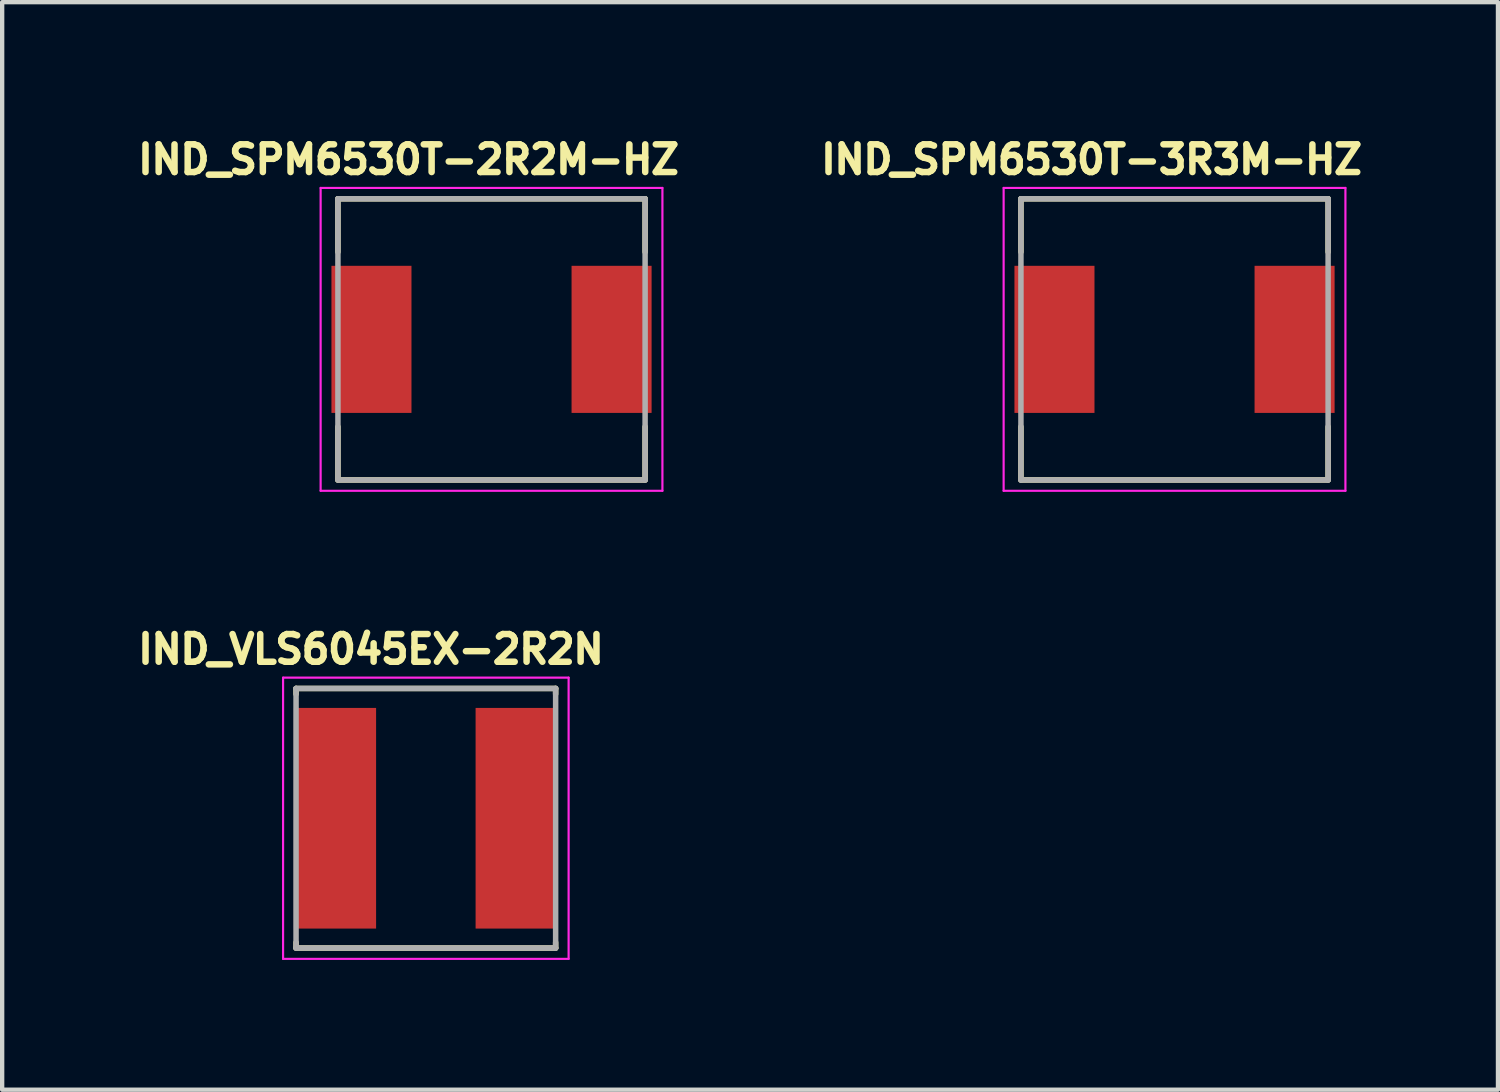
<source format=kicad_pcb>
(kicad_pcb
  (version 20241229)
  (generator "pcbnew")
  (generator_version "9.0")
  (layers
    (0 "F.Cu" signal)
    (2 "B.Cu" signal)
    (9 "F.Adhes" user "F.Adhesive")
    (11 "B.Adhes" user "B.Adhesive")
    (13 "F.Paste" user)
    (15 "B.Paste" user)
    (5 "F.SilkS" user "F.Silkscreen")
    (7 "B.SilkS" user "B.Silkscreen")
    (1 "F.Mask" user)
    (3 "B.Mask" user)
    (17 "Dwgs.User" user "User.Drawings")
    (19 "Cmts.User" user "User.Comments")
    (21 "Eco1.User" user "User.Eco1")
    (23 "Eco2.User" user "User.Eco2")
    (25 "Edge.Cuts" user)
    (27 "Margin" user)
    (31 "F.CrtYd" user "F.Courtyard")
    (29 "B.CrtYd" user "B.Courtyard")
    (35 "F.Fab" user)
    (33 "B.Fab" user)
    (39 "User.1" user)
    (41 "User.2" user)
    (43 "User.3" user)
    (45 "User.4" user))
  (footprint "IND_VLS6045EX-2R2N"
    (layer "F.Cu")
    (at 6.793 15.863)
    (property "Reference" "IND_VLS6045EX-2R2N" (at -1.268 -3.906 0) (layer "F.SilkS") (effects (font (size 0.64 0.64) (thickness 0.15))))
    (attr smd)
    (fp_line (start -3 -3) (end -3 -2.87) (stroke (width 0.127) (type solid)) (layer "F.SilkS"))
    (fp_line (start -3 -3) (end 3 -3) (stroke (width 0.127) (type solid)) (layer "F.SilkS"))
    (fp_line (start -3 3) (end -3 2.87) (stroke (width 0.127) (type solid)) (layer "F.SilkS"))
    (fp_line (start -3 3) (end 3 3) (stroke (width 0.127) (type solid)) (layer "F.SilkS"))
    (fp_line (start 3 -3) (end 3 -2.87) (stroke (width 0.127) (type solid)) (layer "F.SilkS"))
    (fp_line (start 3 3) (end 3 2.87) (stroke (width 0.127) (type solid)) (layer "F.SilkS"))
    (fp_line (start -3.3 -3.25) (end -3.3 3.25) (stroke (width 0.05) (type solid)) (layer "F.CrtYd"))
    (fp_line (start -3.3 3.25) (end 3.3 3.25) (stroke (width 0.05) (type solid)) (layer "F.CrtYd"))
    (fp_line (start 3.3 -3.25) (end -3.3 -3.25) (stroke (width 0.05) (type solid)) (layer "F.CrtYd"))
    (fp_line (start 3.3 3.25) (end 3.3 -3.25) (stroke (width 0.05) (type solid)) (layer "F.CrtYd"))
    (fp_line (start -3 -3) (end -3 3) (stroke (width 0.127) (type solid)) (layer "F.Fab"))
    (fp_line (start -3 -3) (end 3 -3) (stroke (width 0.127) (type solid)) (layer "F.Fab"))
    (fp_line (start -3 3) (end 3 3) (stroke (width 0.127) (type solid)) (layer "F.Fab"))
    (fp_line (start 3 -3) (end 3 3) (stroke (width 0.127) (type solid)) (layer "F.Fab"))
    (pad "1" smd rect (at -2.1 0) (size 1.9 5.1) (layers "F.Cu" "F.Mask" "F.Paste"))
    (pad "2" smd rect (at 2.1 0) (size 1.9 5.1) (layers "F.Cu" "F.Mask" "F.Paste")))
  (footprint "IND_SPM6530T-2R2M-HZ"
    (layer "F.Cu")
    (at 8.311 4.794)
    (property "Reference" "IND_SPM6530T-2R2M-HZ" (at -1.918 -4.156 0) (layer "F.SilkS") (effects (font (size 0.64 0.64) (thickness 0.15))))
    (attr smd)
    (fp_line (start -3.55 -3.25) (end -3.55 -2.02) (stroke (width 0.127) (type solid)) (layer "F.SilkS"))
    (fp_line (start -3.55 -3.25) (end 3.55 -3.25) (stroke (width 0.127) (type solid)) (layer "F.SilkS"))
    (fp_line (start -3.55 3.25) (end -3.55 2.02) (stroke (width 0.127) (type solid)) (layer "F.SilkS"))
    (fp_line (start -3.55 3.25) (end 3.55 3.25) (stroke (width 0.127) (type solid)) (layer "F.SilkS"))
    (fp_line (start 3.55 -3.25) (end 3.55 -2.02) (stroke (width 0.127) (type solid)) (layer "F.SilkS"))
    (fp_line (start 3.55 3.25) (end 3.55 2.02) (stroke (width 0.127) (type solid)) (layer "F.SilkS"))
    (fp_line (start -3.95 -3.5) (end -3.95 3.5) (stroke (width 0.05) (type solid)) (layer "F.CrtYd"))
    (fp_line (start -3.95 3.5) (end 3.95 3.5) (stroke (width 0.05) (type solid)) (layer "F.CrtYd"))
    (fp_line (start 3.95 -3.5) (end -3.95 -3.5) (stroke (width 0.05) (type solid)) (layer "F.CrtYd"))
    (fp_line (start 3.95 3.5) (end 3.95 -3.5) (stroke (width 0.05) (type solid)) (layer "F.CrtYd"))
    (fp_line (start -3.55 -3.25) (end -3.55 3.25) (stroke (width 0.127) (type solid)) (layer "F.Fab"))
    (fp_line (start -3.55 -3.25) (end 3.55 -3.25) (stroke (width 0.127) (type solid)) (layer "F.Fab"))
    (fp_line (start -3.55 3.25) (end 3.55 3.25) (stroke (width 0.127) (type solid)) (layer "F.Fab"))
    (fp_line (start 3.55 -3.25) (end 3.55 3.25) (stroke (width 0.127) (type solid)) (layer "F.Fab"))
    (pad "1" smd rect (at -2.775 0) (size 1.85 3.4) (layers "F.Cu" "F.Mask" "F.Paste"))
    (pad "2" smd rect (at 2.775 0) (size 1.85 3.4) (layers "F.Cu" "F.Mask" "F.Paste")))
  (footprint "IND_SPM6530T-3R3M-HZ"
    (layer "F.Cu")
    (at 24.098 4.794)
    (property "Reference" "IND_SPM6530T-3R3M-HZ" (at -1.918 -4.156 0) (layer "F.SilkS") (effects (font (size 0.64 0.64) (thickness 0.15))))
    (attr smd)
    (fp_line (start -3.55 -3.25) (end -3.55 -2.02) (stroke (width 0.127) (type solid)) (layer "F.SilkS"))
    (fp_line (start -3.55 -3.25) (end 3.55 -3.25) (stroke (width 0.127) (type solid)) (layer "F.SilkS"))
    (fp_line (start -3.55 3.25) (end -3.55 2.02) (stroke (width 0.127) (type solid)) (layer "F.SilkS"))
    (fp_line (start -3.55 3.25) (end 3.55 3.25) (stroke (width 0.127) (type solid)) (layer "F.SilkS"))
    (fp_line (start 3.55 -3.25) (end 3.55 -2.02) (stroke (width 0.127) (type solid)) (layer "F.SilkS"))
    (fp_line (start 3.55 3.25) (end 3.55 2.02) (stroke (width 0.127) (type solid)) (layer "F.SilkS"))
    (fp_line (start -3.95 -3.5) (end -3.95 3.5) (stroke (width 0.05) (type solid)) (layer "F.CrtYd"))
    (fp_line (start -3.95 3.5) (end 3.95 3.5) (stroke (width 0.05) (type solid)) (layer "F.CrtYd"))
    (fp_line (start 3.95 -3.5) (end -3.95 -3.5) (stroke (width 0.05) (type solid)) (layer "F.CrtYd"))
    (fp_line (start 3.95 3.5) (end 3.95 -3.5) (stroke (width 0.05) (type solid)) (layer "F.CrtYd"))
    (fp_line (start -3.55 -3.25) (end -3.55 3.25) (stroke (width 0.127) (type solid)) (layer "F.Fab"))
    (fp_line (start -3.55 -3.25) (end 3.55 -3.25) (stroke (width 0.127) (type solid)) (layer "F.Fab"))
    (fp_line (start -3.55 3.25) (end 3.55 3.25) (stroke (width 0.127) (type solid)) (layer "F.Fab"))
    (fp_line (start 3.55 -3.25) (end 3.55 3.25) (stroke (width 0.127) (type solid)) (layer "F.Fab"))
    (pad "1" smd rect (at -2.775 0) (size 1.85 3.4) (layers "F.Cu" "F.Mask" "F.Paste"))
    (pad "2" smd rect (at 2.775 0) (size 1.85 3.4) (layers "F.Cu" "F.Mask" "F.Paste")))
  (gr_rect
    (start -3 -3)
    (end 31.574 22.138)
    (stroke (width 0.1) (type default))
    (fill no)
    (layer "Edge.Cuts")))
</source>
